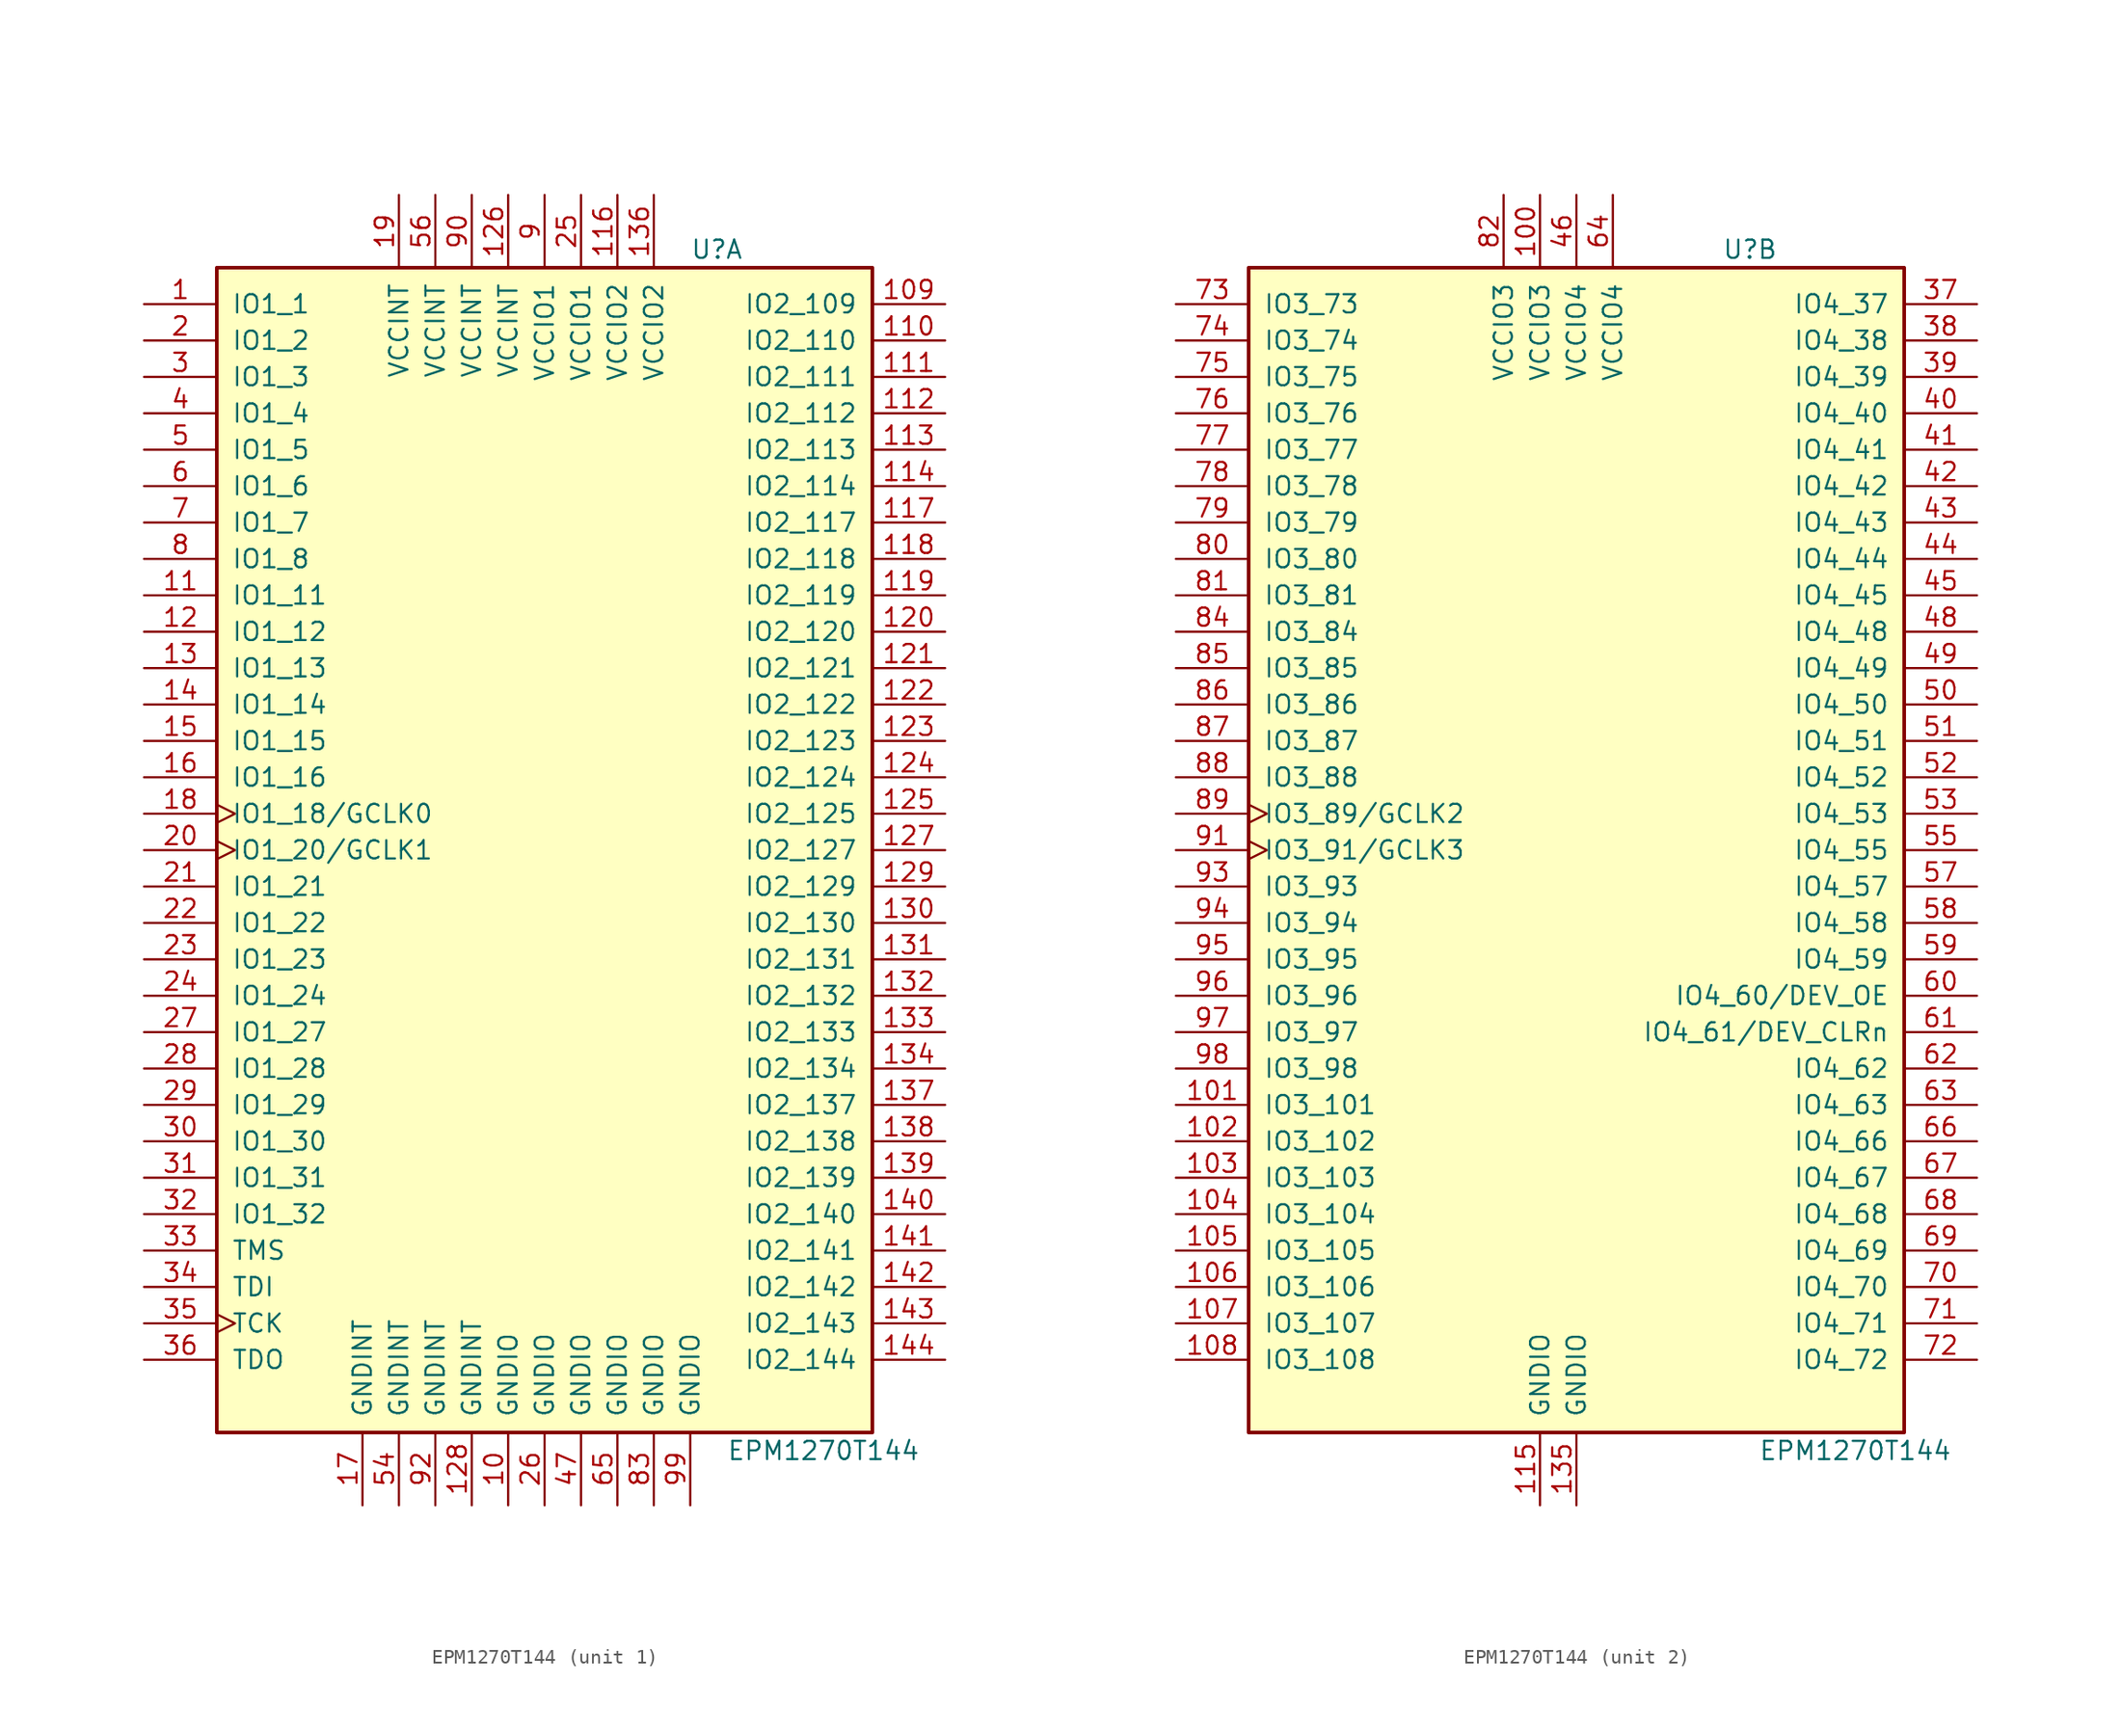
<source format=kicad_sym>
(kicad_symbol_lib
  (version 20201005)
  (generator kicad_symbol_editor)
  (symbol "EPM1270T144"
    (pin_names
      (offset 1.016))
    (property "Reference" "U"
      (at 10.16 41.91 0)
      (effects (font (size 1.27 1.27)) (justify left)))
    (property "Value" "EPM1270T144"
      (at 12.7 -41.91 0)
      (effects (font (size 1.27 1.27)) (justify left)))
    (property "ki_locked" ""
      (at 0 0 0)
      (effects (font (size 1.27 1.27))))
    (symbol "EPM1270T144_1_1"
      (rectangle (start -22.86 40.64) (end 22.86 -40.64) (stroke (width 0.254)) (fill (type background)))
      (pin bidirectional line (at -27.94 38.1 0) (length 5.08) (name "IO1_1" (effects (font (size 1.27 1.27)))) (number "1" (effects (font (size 1.27 1.27)))))
      (pin bidirectional line (at -27.94 35.56 0) (length 5.08) (name "IO1_2" (effects (font (size 1.27 1.27)))) (number "2" (effects (font (size 1.27 1.27)))))
      (pin bidirectional line (at -27.94 33.02 0) (length 5.08) (name "IO1_3" (effects (font (size 1.27 1.27)))) (number "3" (effects (font (size 1.27 1.27)))))
      (pin bidirectional line (at -27.94 30.48 0) (length 5.08) (name "IO1_4" (effects (font (size 1.27 1.27)))) (number "4" (effects (font (size 1.27 1.27)))))
      (pin bidirectional line (at -27.94 27.94 0) (length 5.08) (name "IO1_5" (effects (font (size 1.27 1.27)))) (number "5" (effects (font (size 1.27 1.27)))))
      (pin bidirectional line (at -27.94 25.4 0) (length 5.08) (name "IO1_6" (effects (font (size 1.27 1.27)))) (number "6" (effects (font (size 1.27 1.27)))))
      (pin bidirectional line (at -27.94 22.86 0) (length 5.08) (name "IO1_7" (effects (font (size 1.27 1.27)))) (number "7" (effects (font (size 1.27 1.27)))))
      (pin bidirectional line (at -27.94 20.32 0) (length 5.08) (name "IO1_8" (effects (font (size 1.27 1.27)))) (number "8" (effects (font (size 1.27 1.27)))))
      (pin bidirectional line (at -27.94 17.78 0) (length 5.08) (name "IO1_11" (effects (font (size 1.27 1.27)))) (number "11" (effects (font (size 1.27 1.27)))))
      (pin bidirectional line (at -27.94 15.24 0) (length 5.08) (name "IO1_12" (effects (font (size 1.27 1.27)))) (number "12" (effects (font (size 1.27 1.27)))))
      (pin bidirectional line (at -27.94 12.7 0) (length 5.08) (name "IO1_13" (effects (font (size 1.27 1.27)))) (number "13" (effects (font (size 1.27 1.27)))))
      (pin bidirectional line (at -27.94 10.16 0) (length 5.08) (name "IO1_14" (effects (font (size 1.27 1.27)))) (number "14" (effects (font (size 1.27 1.27)))))
      (pin bidirectional line (at -27.94 7.62 0) (length 5.08) (name "IO1_15" (effects (font (size 1.27 1.27)))) (number "15" (effects (font (size 1.27 1.27)))))
      (pin bidirectional line (at -27.94 5.08 0) (length 5.08) (name "IO1_16" (effects (font (size 1.27 1.27)))) (number "16" (effects (font (size 1.27 1.27)))))
      (pin bidirectional clock (at -27.94 2.54 0) (length 5.08) (name "IO1_18/GCLK0" (effects (font (size 1.27 1.27)))) (number "18" (effects (font (size 1.27 1.27)))))
      (pin bidirectional clock (at -27.94 0 0) (length 5.08) (name "IO1_20/GCLK1" (effects (font (size 1.27 1.27)))) (number "20" (effects (font (size 1.27 1.27)))))
      (pin bidirectional line (at -27.94 -2.54 0) (length 5.08) (name "IO1_21" (effects (font (size 1.27 1.27)))) (number "21" (effects (font (size 1.27 1.27)))))
      (pin bidirectional line (at -27.94 -5.08 0) (length 5.08) (name "IO1_22" (effects (font (size 1.27 1.27)))) (number "22" (effects (font (size 1.27 1.27)))))
      (pin bidirectional line (at -27.94 -7.62 0) (length 5.08) (name "IO1_23" (effects (font (size 1.27 1.27)))) (number "23" (effects (font (size 1.27 1.27)))))
      (pin bidirectional line (at -27.94 -10.16 0) (length 5.08) (name "IO1_24" (effects (font (size 1.27 1.27)))) (number "24" (effects (font (size 1.27 1.27)))))
      (pin bidirectional line (at -27.94 -12.7 0) (length 5.08) (name "IO1_27" (effects (font (size 1.27 1.27)))) (number "27" (effects (font (size 1.27 1.27)))))
      (pin bidirectional line (at -27.94 -15.24 0) (length 5.08) (name "IO1_28" (effects (font (size 1.27 1.27)))) (number "28" (effects (font (size 1.27 1.27)))))
      (pin bidirectional line (at -27.94 -17.78 0) (length 5.08) (name "IO1_29" (effects (font (size 1.27 1.27)))) (number "29" (effects (font (size 1.27 1.27)))))
      (pin bidirectional line (at -27.94 -20.32 0) (length 5.08) (name "IO1_30" (effects (font (size 1.27 1.27)))) (number "30" (effects (font (size 1.27 1.27)))))
      (pin bidirectional line (at -27.94 -22.86 0) (length 5.08) (name "IO1_31" (effects (font (size 1.27 1.27)))) (number "31" (effects (font (size 1.27 1.27)))))
      (pin bidirectional line (at -27.94 -25.4 0) (length 5.08) (name "IO1_32" (effects (font (size 1.27 1.27)))) (number "32" (effects (font (size 1.27 1.27)))))
      (pin bidirectional line (at 27.94 38.1 180) (length 5.08) (name "IO2_109" (effects (font (size 1.27 1.27)))) (number "109" (effects (font (size 1.27 1.27)))))
      (pin bidirectional line (at 27.94 35.56 180) (length 5.08) (name "IO2_110" (effects (font (size 1.27 1.27)))) (number "110" (effects (font (size 1.27 1.27)))))
      (pin bidirectional line (at 27.94 33.02 180) (length 5.08) (name "IO2_111" (effects (font (size 1.27 1.27)))) (number "111" (effects (font (size 1.27 1.27)))))
      (pin bidirectional line (at 27.94 30.48 180) (length 5.08) (name "IO2_112" (effects (font (size 1.27 1.27)))) (number "112" (effects (font (size 1.27 1.27)))))
      (pin bidirectional line (at 27.94 27.94 180) (length 5.08) (name "IO2_113" (effects (font (size 1.27 1.27)))) (number "113" (effects (font (size 1.27 1.27)))))
      (pin bidirectional line (at 27.94 25.4 180) (length 5.08) (name "IO2_114" (effects (font (size 1.27 1.27)))) (number "114" (effects (font (size 1.27 1.27)))))
      (pin bidirectional line (at 27.94 22.86 180) (length 5.08) (name "IO2_117" (effects (font (size 1.27 1.27)))) (number "117" (effects (font (size 1.27 1.27)))))
      (pin bidirectional line (at 27.94 20.32 180) (length 5.08) (name "IO2_118" (effects (font (size 1.27 1.27)))) (number "118" (effects (font (size 1.27 1.27)))))
      (pin bidirectional line (at 27.94 17.78 180) (length 5.08) (name "IO2_119" (effects (font (size 1.27 1.27)))) (number "119" (effects (font (size 1.27 1.27)))))
      (pin bidirectional line (at 27.94 15.24 180) (length 5.08) (name "IO2_120" (effects (font (size 1.27 1.27)))) (number "120" (effects (font (size 1.27 1.27)))))
      (pin bidirectional line (at 27.94 12.7 180) (length 5.08) (name "IO2_121" (effects (font (size 1.27 1.27)))) (number "121" (effects (font (size 1.27 1.27)))))
      (pin bidirectional line (at 27.94 10.16 180) (length 5.08) (name "IO2_122" (effects (font (size 1.27 1.27)))) (number "122" (effects (font (size 1.27 1.27)))))
      (pin bidirectional line (at 27.94 7.62 180) (length 5.08) (name "IO2_123" (effects (font (size 1.27 1.27)))) (number "123" (effects (font (size 1.27 1.27)))))
      (pin bidirectional line (at 27.94 5.08 180) (length 5.08) (name "IO2_124" (effects (font (size 1.27 1.27)))) (number "124" (effects (font (size 1.27 1.27)))))
      (pin bidirectional line (at 27.94 2.54 180) (length 5.08) (name "IO2_125" (effects (font (size 1.27 1.27)))) (number "125" (effects (font (size 1.27 1.27)))))
      (pin bidirectional line (at 27.94 0 180) (length 5.08) (name "IO2_127" (effects (font (size 1.27 1.27)))) (number "127" (effects (font (size 1.27 1.27)))))
      (pin bidirectional line (at 27.94 -2.54 180) (length 5.08) (name "IO2_129" (effects (font (size 1.27 1.27)))) (number "129" (effects (font (size 1.27 1.27)))))
      (pin bidirectional line (at 27.94 -5.08 180) (length 5.08) (name "IO2_130" (effects (font (size 1.27 1.27)))) (number "130" (effects (font (size 1.27 1.27)))))
      (pin bidirectional line (at 27.94 -7.62 180) (length 5.08) (name "IO2_131" (effects (font (size 1.27 1.27)))) (number "131" (effects (font (size 1.27 1.27)))))
      (pin bidirectional line (at 27.94 -10.16 180) (length 5.08) (name "IO2_132" (effects (font (size 1.27 1.27)))) (number "132" (effects (font (size 1.27 1.27)))))
      (pin bidirectional line (at 27.94 -12.7 180) (length 5.08) (name "IO2_133" (effects (font (size 1.27 1.27)))) (number "133" (effects (font (size 1.27 1.27)))))
      (pin bidirectional line (at 27.94 -15.24 180) (length 5.08) (name "IO2_134" (effects (font (size 1.27 1.27)))) (number "134" (effects (font (size 1.27 1.27)))))
      (pin bidirectional line (at 27.94 -17.78 180) (length 5.08) (name "IO2_137" (effects (font (size 1.27 1.27)))) (number "137" (effects (font (size 1.27 1.27)))))
      (pin bidirectional line (at 27.94 -20.32 180) (length 5.08) (name "IO2_138" (effects (font (size 1.27 1.27)))) (number "138" (effects (font (size 1.27 1.27)))))
      (pin bidirectional line (at 27.94 -22.86 180) (length 5.08) (name "IO2_139" (effects (font (size 1.27 1.27)))) (number "139" (effects (font (size 1.27 1.27)))))
      (pin bidirectional line (at 27.94 -25.4 180) (length 5.08) (name "IO2_140" (effects (font (size 1.27 1.27)))) (number "140" (effects (font (size 1.27 1.27)))))
      (pin bidirectional line (at 27.94 -27.94 180) (length 5.08) (name "IO2_141" (effects (font (size 1.27 1.27)))) (number "141" (effects (font (size 1.27 1.27)))))
      (pin bidirectional line (at 27.94 -30.48 180) (length 5.08) (name "IO2_142" (effects (font (size 1.27 1.27)))) (number "142" (effects (font (size 1.27 1.27)))))
      (pin bidirectional line (at 27.94 -33.02 180) (length 5.08) (name "IO2_143" (effects (font (size 1.27 1.27)))) (number "143" (effects (font (size 1.27 1.27)))))
      (pin bidirectional line (at 27.94 -35.56 180) (length 5.08) (name "IO2_144" (effects (font (size 1.27 1.27)))) (number "144" (effects (font (size 1.27 1.27)))))
      (pin input line (at -27.94 -27.94 0) (length 5.08) (name "TMS" (effects (font (size 1.27 1.27)))) (number "33" (effects (font (size 1.27 1.27)))))
      (pin input line (at -27.94 -30.48 0) (length 5.08) (name "TDI" (effects (font (size 1.27 1.27)))) (number "34" (effects (font (size 1.27 1.27)))))
      (pin input clock (at -27.94 -33.02 0) (length 5.08) (name "TCK" (effects (font (size 1.27 1.27)))) (number "35" (effects (font (size 1.27 1.27)))))
      (pin output line (at -27.94 -35.56 0) (length 5.08) (name "TDO" (effects (font (size 1.27 1.27)))) (number "36" (effects (font (size 1.27 1.27)))))
      (pin power_in line (at -12.7 -45.72 90) (length 5.08) (name "GNDINT" (effects (font (size 1.27 1.27)))) (number "17" (effects (font (size 1.27 1.27)))))
      (pin power_in line (at -10.16 -45.72 90) (length 5.08) (name "GNDINT" (effects (font (size 1.27 1.27)))) (number "54" (effects (font (size 1.27 1.27)))))
      (pin power_in line (at -7.62 -45.72 90) (length 5.08) (name "GNDINT" (effects (font (size 1.27 1.27)))) (number "92" (effects (font (size 1.27 1.27)))))
      (pin power_in line (at -5.08 -45.72 90) (length 5.08) (name "GNDINT" (effects (font (size 1.27 1.27)))) (number "128" (effects (font (size 1.27 1.27)))))
      (pin power_in line (at -2.54 -45.72 90) (length 5.08) (name "GNDIO" (effects (font (size 1.27 1.27)))) (number "10" (effects (font (size 1.27 1.27)))))
      (pin power_in line (at 0 -45.72 90) (length 5.08) (name "GNDIO" (effects (font (size 1.27 1.27)))) (number "26" (effects (font (size 1.27 1.27)))))
      (pin power_in line (at 2.54 -45.72 90) (length 5.08) (name "GNDIO" (effects (font (size 1.27 1.27)))) (number "47" (effects (font (size 1.27 1.27)))))
      (pin power_in line (at 5.08 -45.72 90) (length 5.08) (name "GNDIO" (effects (font (size 1.27 1.27)))) (number "65" (effects (font (size 1.27 1.27)))))
      (pin power_in line (at 7.62 -45.72 90) (length 5.08) (name "GNDIO" (effects (font (size 1.27 1.27)))) (number "83" (effects (font (size 1.27 1.27)))))
      (pin power_in line (at 10.16 -45.72 90) (length 5.08) (name "GNDIO" (effects (font (size 1.27 1.27)))) (number "99" (effects (font (size 1.27 1.27)))))
      (pin power_in line (at -10.16 45.72 270) (length 5.08) (name "VCCINT" (effects (font (size 1.27 1.27)))) (number "19" (effects (font (size 1.27 1.27)))))
      (pin power_in line (at -7.62 45.72 270) (length 5.08) (name "VCCINT" (effects (font (size 1.27 1.27)))) (number "56" (effects (font (size 1.27 1.27)))))
      (pin power_in line (at -5.08 45.72 270) (length 5.08) (name "VCCINT" (effects (font (size 1.27 1.27)))) (number "90" (effects (font (size 1.27 1.27)))))
      (pin power_in line (at -2.54 45.72 270) (length 5.08) (name "VCCINT" (effects (font (size 1.27 1.27)))) (number "126" (effects (font (size 1.27 1.27)))))
      (pin power_in line (at 0 45.72 270) (length 5.08) (name "VCCIO1" (effects (font (size 1.27 1.27)))) (number "9" (effects (font (size 1.27 1.27)))))
      (pin power_in line (at 2.54 45.72 270) (length 5.08) (name "VCCIO1" (effects (font (size 1.27 1.27)))) (number "25" (effects (font (size 1.27 1.27)))))
      (pin power_in line (at 5.08 45.72 270) (length 5.08) (name "VCCIO2" (effects (font (size 1.27 1.27)))) (number "116" (effects (font (size 1.27 1.27)))))
      (pin power_in line (at 7.62 45.72 270) (length 5.08) (name "VCCIO2" (effects (font (size 1.27 1.27)))) (number "136" (effects (font (size 1.27 1.27))))))
    (symbol "EPM1270T144_2_1"
      (rectangle (start -22.86 40.64) (end 22.86 -40.64) (stroke (width 0.254)) (fill (type background)))
      (pin bidirectional line (at 27.94 38.1 180) (length 5.08) (name "IO4_37" (effects (font (size 1.27 1.27)))) (number "37" (effects (font (size 1.27 1.27)))))
      (pin bidirectional line (at 27.94 35.56 180) (length 5.08) (name "IO4_38" (effects (font (size 1.27 1.27)))) (number "38" (effects (font (size 1.27 1.27)))))
      (pin bidirectional line (at 27.94 33.02 180) (length 5.08) (name "IO4_39" (effects (font (size 1.27 1.27)))) (number "39" (effects (font (size 1.27 1.27)))))
      (pin bidirectional line (at 27.94 30.48 180) (length 5.08) (name "IO4_40" (effects (font (size 1.27 1.27)))) (number "40" (effects (font (size 1.27 1.27)))))
      (pin bidirectional line (at 27.94 27.94 180) (length 5.08) (name "IO4_41" (effects (font (size 1.27 1.27)))) (number "41" (effects (font (size 1.27 1.27)))))
      (pin bidirectional line (at 27.94 25.4 180) (length 5.08) (name "IO4_42" (effects (font (size 1.27 1.27)))) (number "42" (effects (font (size 1.27 1.27)))))
      (pin bidirectional line (at 27.94 22.86 180) (length 5.08) (name "IO4_43" (effects (font (size 1.27 1.27)))) (number "43" (effects (font (size 1.27 1.27)))))
      (pin bidirectional line (at 27.94 20.32 180) (length 5.08) (name "IO4_44" (effects (font (size 1.27 1.27)))) (number "44" (effects (font (size 1.27 1.27)))))
      (pin bidirectional line (at 27.94 17.78 180) (length 5.08) (name "IO4_45" (effects (font (size 1.27 1.27)))) (number "45" (effects (font (size 1.27 1.27)))))
      (pin bidirectional line (at 27.94 15.24 180) (length 5.08) (name "IO4_48" (effects (font (size 1.27 1.27)))) (number "48" (effects (font (size 1.27 1.27)))))
      (pin bidirectional line (at 27.94 12.7 180) (length 5.08) (name "IO4_49" (effects (font (size 1.27 1.27)))) (number "49" (effects (font (size 1.27 1.27)))))
      (pin bidirectional line (at 27.94 10.16 180) (length 5.08) (name "IO4_50" (effects (font (size 1.27 1.27)))) (number "50" (effects (font (size 1.27 1.27)))))
      (pin bidirectional line (at 27.94 7.62 180) (length 5.08) (name "IO4_51" (effects (font (size 1.27 1.27)))) (number "51" (effects (font (size 1.27 1.27)))))
      (pin bidirectional line (at 27.94 5.08 180) (length 5.08) (name "IO4_52" (effects (font (size 1.27 1.27)))) (number "52" (effects (font (size 1.27 1.27)))))
      (pin bidirectional line (at 27.94 2.54 180) (length 5.08) (name "IO4_53" (effects (font (size 1.27 1.27)))) (number "53" (effects (font (size 1.27 1.27)))))
      (pin bidirectional line (at 27.94 0 180) (length 5.08) (name "IO4_55" (effects (font (size 1.27 1.27)))) (number "55" (effects (font (size 1.27 1.27)))))
      (pin bidirectional line (at 27.94 -2.54 180) (length 5.08) (name "IO4_57" (effects (font (size 1.27 1.27)))) (number "57" (effects (font (size 1.27 1.27)))))
      (pin bidirectional line (at 27.94 -5.08 180) (length 5.08) (name "IO4_58" (effects (font (size 1.27 1.27)))) (number "58" (effects (font (size 1.27 1.27)))))
      (pin bidirectional line (at 27.94 -7.62 180) (length 5.08) (name "IO4_59" (effects (font (size 1.27 1.27)))) (number "59" (effects (font (size 1.27 1.27)))))
      (pin bidirectional line (at 27.94 -10.16 180) (length 5.08) (name "IO4_60/DEV_OE" (effects (font (size 1.27 1.27)))) (number "60" (effects (font (size 1.27 1.27)))))
      (pin bidirectional line (at 27.94 -12.7 180) (length 5.08) (name "IO4_61/DEV_CLRn" (effects (font (size 1.27 1.27)))) (number "61" (effects (font (size 1.27 1.27)))))
      (pin bidirectional line (at 27.94 -15.24 180) (length 5.08) (name "IO4_62" (effects (font (size 1.27 1.27)))) (number "62" (effects (font (size 1.27 1.27)))))
      (pin bidirectional line (at 27.94 -17.78 180) (length 5.08) (name "IO4_63" (effects (font (size 1.27 1.27)))) (number "63" (effects (font (size 1.27 1.27)))))
      (pin bidirectional line (at 27.94 -20.32 180) (length 5.08) (name "IO4_66" (effects (font (size 1.27 1.27)))) (number "66" (effects (font (size 1.27 1.27)))))
      (pin bidirectional line (at 27.94 -22.86 180) (length 5.08) (name "IO4_67" (effects (font (size 1.27 1.27)))) (number "67" (effects (font (size 1.27 1.27)))))
      (pin bidirectional line (at 27.94 -25.4 180) (length 5.08) (name "IO4_68" (effects (font (size 1.27 1.27)))) (number "68" (effects (font (size 1.27 1.27)))))
      (pin bidirectional line (at 27.94 -27.94 180) (length 5.08) (name "IO4_69" (effects (font (size 1.27 1.27)))) (number "69" (effects (font (size 1.27 1.27)))))
      (pin bidirectional line (at 27.94 -30.48 180) (length 5.08) (name "IO4_70" (effects (font (size 1.27 1.27)))) (number "70" (effects (font (size 1.27 1.27)))))
      (pin bidirectional line (at 27.94 -33.02 180) (length 5.08) (name "IO4_71" (effects (font (size 1.27 1.27)))) (number "71" (effects (font (size 1.27 1.27)))))
      (pin bidirectional line (at 27.94 -35.56 180) (length 5.08) (name "IO4_72" (effects (font (size 1.27 1.27)))) (number "72" (effects (font (size 1.27 1.27)))))
      (pin bidirectional line (at -27.94 38.1 0) (length 5.08) (name "IO3_73" (effects (font (size 1.27 1.27)))) (number "73" (effects (font (size 1.27 1.27)))))
      (pin bidirectional line (at -27.94 35.56 0) (length 5.08) (name "IO3_74" (effects (font (size 1.27 1.27)))) (number "74" (effects (font (size 1.27 1.27)))))
      (pin bidirectional line (at -27.94 33.02 0) (length 5.08) (name "IO3_75" (effects (font (size 1.27 1.27)))) (number "75" (effects (font (size 1.27 1.27)))))
      (pin bidirectional line (at -27.94 30.48 0) (length 5.08) (name "IO3_76" (effects (font (size 1.27 1.27)))) (number "76" (effects (font (size 1.27 1.27)))))
      (pin bidirectional line (at -27.94 27.94 0) (length 5.08) (name "IO3_77" (effects (font (size 1.27 1.27)))) (number "77" (effects (font (size 1.27 1.27)))))
      (pin bidirectional line (at -27.94 25.4 0) (length 5.08) (name "IO3_78" (effects (font (size 1.27 1.27)))) (number "78" (effects (font (size 1.27 1.27)))))
      (pin bidirectional line (at -27.94 22.86 0) (length 5.08) (name "IO3_79" (effects (font (size 1.27 1.27)))) (number "79" (effects (font (size 1.27 1.27)))))
      (pin bidirectional line (at -27.94 20.32 0) (length 5.08) (name "IO3_80" (effects (font (size 1.27 1.27)))) (number "80" (effects (font (size 1.27 1.27)))))
      (pin bidirectional line (at -27.94 17.78 0) (length 5.08) (name "IO3_81" (effects (font (size 1.27 1.27)))) (number "81" (effects (font (size 1.27 1.27)))))
      (pin bidirectional line (at -27.94 15.24 0) (length 5.08) (name "IO3_84" (effects (font (size 1.27 1.27)))) (number "84" (effects (font (size 1.27 1.27)))))
      (pin bidirectional line (at -27.94 12.7 0) (length 5.08) (name "IO3_85" (effects (font (size 1.27 1.27)))) (number "85" (effects (font (size 1.27 1.27)))))
      (pin bidirectional line (at -27.94 10.16 0) (length 5.08) (name "IO3_86" (effects (font (size 1.27 1.27)))) (number "86" (effects (font (size 1.27 1.27)))))
      (pin bidirectional line (at -27.94 7.62 0) (length 5.08) (name "IO3_87" (effects (font (size 1.27 1.27)))) (number "87" (effects (font (size 1.27 1.27)))))
      (pin bidirectional line (at -27.94 5.08 0) (length 5.08) (name "IO3_88" (effects (font (size 1.27 1.27)))) (number "88" (effects (font (size 1.27 1.27)))))
      (pin bidirectional clock (at -27.94 2.54 0) (length 5.08) (name "IO3_89/GCLK2" (effects (font (size 1.27 1.27)))) (number "89" (effects (font (size 1.27 1.27)))))
      (pin bidirectional clock (at -27.94 0 0) (length 5.08) (name "IO3_91/GCLK3" (effects (font (size 1.27 1.27)))) (number "91" (effects (font (size 1.27 1.27)))))
      (pin bidirectional line (at -27.94 -2.54 0) (length 5.08) (name "IO3_93" (effects (font (size 1.27 1.27)))) (number "93" (effects (font (size 1.27 1.27)))))
      (pin bidirectional line (at -27.94 -5.08 0) (length 5.08) (name "IO3_94" (effects (font (size 1.27 1.27)))) (number "94" (effects (font (size 1.27 1.27)))))
      (pin bidirectional line (at -27.94 -7.62 0) (length 5.08) (name "IO3_95" (effects (font (size 1.27 1.27)))) (number "95" (effects (font (size 1.27 1.27)))))
      (pin bidirectional line (at -27.94 -10.16 0) (length 5.08) (name "IO3_96" (effects (font (size 1.27 1.27)))) (number "96" (effects (font (size 1.27 1.27)))))
      (pin bidirectional line (at -27.94 -12.7 0) (length 5.08) (name "IO3_97" (effects (font (size 1.27 1.27)))) (number "97" (effects (font (size 1.27 1.27)))))
      (pin bidirectional line (at -27.94 -15.24 0) (length 5.08) (name "IO3_98" (effects (font (size 1.27 1.27)))) (number "98" (effects (font (size 1.27 1.27)))))
      (pin bidirectional line (at -27.94 -17.78 0) (length 5.08) (name "IO3_101" (effects (font (size 1.27 1.27)))) (number "101" (effects (font (size 1.27 1.27)))))
      (pin bidirectional line (at -27.94 -20.32 0) (length 5.08) (name "IO3_102" (effects (font (size 1.27 1.27)))) (number "102" (effects (font (size 1.27 1.27)))))
      (pin bidirectional line (at -27.94 -22.86 0) (length 5.08) (name "IO3_103" (effects (font (size 1.27 1.27)))) (number "103" (effects (font (size 1.27 1.27)))))
      (pin bidirectional line (at -27.94 -25.4 0) (length 5.08) (name "IO3_104" (effects (font (size 1.27 1.27)))) (number "104" (effects (font (size 1.27 1.27)))))
      (pin bidirectional line (at -27.94 -27.94 0) (length 5.08) (name "IO3_105" (effects (font (size 1.27 1.27)))) (number "105" (effects (font (size 1.27 1.27)))))
      (pin bidirectional line (at -27.94 -30.48 0) (length 5.08) (name "IO3_106" (effects (font (size 1.27 1.27)))) (number "106" (effects (font (size 1.27 1.27)))))
      (pin bidirectional line (at -27.94 -33.02 0) (length 5.08) (name "IO3_107" (effects (font (size 1.27 1.27)))) (number "107" (effects (font (size 1.27 1.27)))))
      (pin bidirectional line (at -27.94 -35.56 0) (length 5.08) (name "IO3_108" (effects (font (size 1.27 1.27)))) (number "108" (effects (font (size 1.27 1.27)))))
      (pin power_in line (at -2.54 -45.72 90) (length 5.08) (name "GNDIO" (effects (font (size 1.27 1.27)))) (number "115" (effects (font (size 1.27 1.27)))))
      (pin power_in line (at 0 -45.72 90) (length 5.08) (name "GNDIO" (effects (font (size 1.27 1.27)))) (number "135" (effects (font (size 1.27 1.27)))))
      (pin power_in line (at -5.08 45.72 270) (length 5.08) (name "VCCIO3" (effects (font (size 1.27 1.27)))) (number "82" (effects (font (size 1.27 1.27)))))
      (pin power_in line (at -2.54 45.72 270) (length 5.08) (name "VCCIO3" (effects (font (size 1.27 1.27)))) (number "100" (effects (font (size 1.27 1.27)))))
      (pin power_in line (at 0 45.72 270) (length 5.08) (name "VCCIO4" (effects (font (size 1.27 1.27)))) (number "46" (effects (font (size 1.27 1.27)))))
      (pin power_in line (at 2.54 45.72 270) (length 5.08) (name "VCCIO4" (effects (font (size 1.27 1.27)))) (number "64" (effects (font (size 1.27 1.27))))))))
</source>
